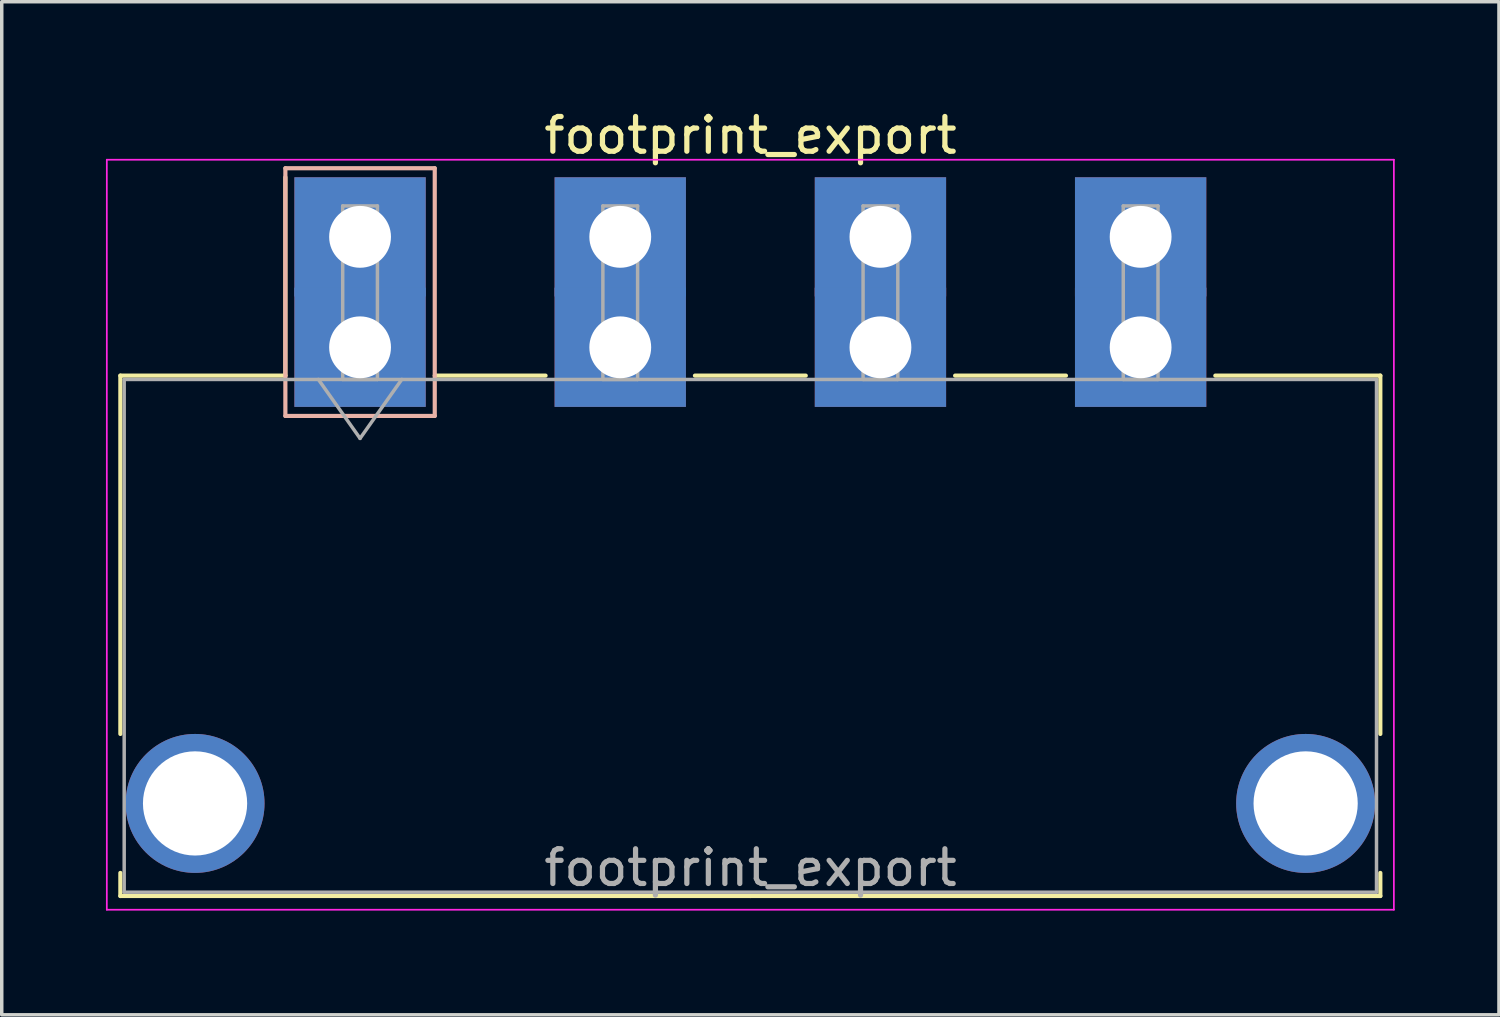
<source format=kicad_pcb>
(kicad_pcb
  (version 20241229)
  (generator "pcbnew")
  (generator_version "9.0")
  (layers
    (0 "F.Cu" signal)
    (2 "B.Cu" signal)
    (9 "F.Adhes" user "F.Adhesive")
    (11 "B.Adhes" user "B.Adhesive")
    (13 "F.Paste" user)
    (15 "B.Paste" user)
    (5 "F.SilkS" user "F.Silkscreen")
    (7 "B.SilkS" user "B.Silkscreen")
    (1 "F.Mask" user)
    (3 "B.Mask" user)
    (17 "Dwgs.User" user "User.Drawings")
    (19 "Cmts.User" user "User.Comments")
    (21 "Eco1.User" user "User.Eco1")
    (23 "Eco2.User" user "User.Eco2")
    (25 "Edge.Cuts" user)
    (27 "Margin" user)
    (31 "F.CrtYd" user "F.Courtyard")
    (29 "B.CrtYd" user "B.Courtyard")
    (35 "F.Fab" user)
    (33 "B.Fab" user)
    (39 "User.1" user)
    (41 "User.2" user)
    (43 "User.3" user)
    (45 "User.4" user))
  (footprint "footprint_export"
    (layer "F.Cu")
    (at 7.315 6.948)
    (property "Reference" "footprint_export" (at 11.24 -6.1 0) (layer "F.SilkS") (effects (font (size 1 1) (thickness 0.15))))
    (attr through_hole)
    (fp_line (start -6.9 0.815) (end -6.9 11.13) (stroke (width 0.12) (type solid)) (layer "F.SilkS"))
    (fp_line (start -6.9 15.13) (end -6.9 15.795) (stroke (width 0.12) (type solid)) (layer "F.SilkS"))
    (fp_line (start -6.9 15.795) (end 11.235 15.795) (stroke (width 0.12) (type solid)) (layer "F.SilkS"))
    (fp_line (start -2.15 0.815) (end -6.9 0.815) (stroke (width 0.12) (type solid)) (layer "F.SilkS"))
    (fp_line (start -2.15 0.815) (end -2.15 -4.895) (stroke (width 0.12) (type solid)) (layer "F.SilkS"))
    (fp_line (start 2.15 0.815) (end 5.34 0.815) (stroke (width 0.12) (type solid)) (layer "F.SilkS"))
    (fp_line (start 9.64 0.815) (end 12.83 0.815) (stroke (width 0.12) (type solid)) (layer "F.SilkS"))
    (fp_line (start 17.13 0.815) (end 20.32 0.815) (stroke (width 0.12) (type solid)) (layer "F.SilkS"))
    (fp_line (start 24.62 0.815) (end 29.37 0.815) (stroke (width 0.12) (type solid)) (layer "F.SilkS"))
    (fp_line (start 29.37 0.815) (end 29.37 11.13) (stroke (width 0.12) (type solid)) (layer "F.SilkS"))
    (fp_line (start 29.37 15.13) (end 29.37 15.795) (stroke (width 0.12) (type solid)) (layer "F.SilkS"))
    (fp_line (start 29.37 15.795) (end 11.235 15.795) (stroke (width 0.12) (type solid)) (layer "F.SilkS"))
    (fp_line (start -2.15 -5.155) (end -2.15 1.975) (stroke (width 0.12) (type solid)) (layer "B.SilkS"))
    (fp_line (start -2.15 1.975) (end 2.15 1.975) (stroke (width 0.12) (type solid)) (layer "B.SilkS"))
    (fp_line (start 2.15 -5.155) (end -2.15 -5.155) (stroke (width 0.12) (type solid)) (layer "B.SilkS"))
    (fp_line (start 2.15 1.975) (end 2.15 -5.155) (stroke (width 0.12) (type solid)) (layer "B.SilkS"))
    (fp_line (start -7.29 -5.4) (end -7.29 16.19) (stroke (width 0.05) (type solid)) (layer "F.CrtYd"))
    (fp_line (start -7.29 16.19) (end 29.76 16.19) (stroke (width 0.05) (type solid)) (layer "F.CrtYd"))
    (fp_line (start 29.76 -5.4) (end -7.29 -5.4) (stroke (width 0.05) (type solid)) (layer "F.CrtYd"))
    (fp_line (start 29.76 16.19) (end 29.76 -5.4) (stroke (width 0.05) (type solid)) (layer "F.CrtYd"))
    (fp_line (start -6.79 0.925) (end -6.79 15.685) (stroke (width 0.1) (type solid)) (layer "F.Fab"))
    (fp_line (start -6.79 15.685) (end 29.26 15.685) (stroke (width 0.1) (type solid)) (layer "F.Fab"))
    (fp_line (start -1.2 0.925) (end 0 2.622) (stroke (width 0.1) (type solid)) (layer "F.Fab"))
    (fp_line (start -0.5 -4.07) (end 0.5 -4.07) (stroke (width 0.1) (type solid)) (layer "F.Fab"))
    (fp_line (start -0.5 0.925) (end -0.5 -4.07) (stroke (width 0.1) (type solid)) (layer "F.Fab"))
    (fp_line (start 0 2.622) (end 1.2 0.925) (stroke (width 0.1) (type solid)) (layer "F.Fab"))
    (fp_line (start 0.5 -4.07) (end 0.5 0.925) (stroke (width 0.1) (type solid)) (layer "F.Fab"))
    (fp_line (start 0.5 0.925) (end -0.5 0.925) (stroke (width 0.1) (type solid)) (layer "F.Fab"))
    (fp_line (start 6.99 -4.07) (end 7.99 -4.07) (stroke (width 0.1) (type solid)) (layer "F.Fab"))
    (fp_line (start 6.99 0.925) (end 6.99 -4.07) (stroke (width 0.1) (type solid)) (layer "F.Fab"))
    (fp_line (start 7.99 -4.07) (end 7.99 0.925) (stroke (width 0.1) (type solid)) (layer "F.Fab"))
    (fp_line (start 7.99 0.925) (end 6.99 0.925) (stroke (width 0.1) (type solid)) (layer "F.Fab"))
    (fp_line (start 14.48 -4.07) (end 15.48 -4.07) (stroke (width 0.1) (type solid)) (layer "F.Fab"))
    (fp_line (start 14.48 0.925) (end 14.48 -4.07) (stroke (width 0.1) (type solid)) (layer "F.Fab"))
    (fp_line (start 15.48 -4.07) (end 15.48 0.925) (stroke (width 0.1) (type solid)) (layer "F.Fab"))
    (fp_line (start 15.48 0.925) (end 14.48 0.925) (stroke (width 0.1) (type solid)) (layer "F.Fab"))
    (fp_line (start 21.97 -4.07) (end 22.97 -4.07) (stroke (width 0.1) (type solid)) (layer "F.Fab"))
    (fp_line (start 21.97 0.925) (end 21.97 -4.07) (stroke (width 0.1) (type solid)) (layer "F.Fab"))
    (fp_line (start 22.97 -4.07) (end 22.97 0.925) (stroke (width 0.1) (type solid)) (layer "F.Fab"))
    (fp_line (start 22.97 0.925) (end 21.97 0.925) (stroke (width 0.1) (type solid)) (layer "F.Fab"))
    (fp_line (start 29.26 0.925) (end -6.79 0.925) (stroke (width 0.1) (type solid)) (layer "F.Fab"))
    (fp_line (start 29.26 15.685) (end 29.26 0.925) (stroke (width 0.1) (type solid)) (layer "F.Fab"))
    (fp_text user "${REFERENCE}" (at 11.24 14.98 0) (layer "F.Fab") (effects (font (size 1 1) (thickness 0.15))))
    (pad "" thru_hole circle (at -4.75 13.13) (size 4 4) (drill 3) (layers "*.Cu" "*.Mask"))
    (pad "" thru_hole circle (at 27.22 13.13) (size 4 4) (drill 3) (layers "*.Cu" "*.Mask"))
    (pad "1" thru_hole rect (at 0 -3.18) (size 3.78 3.43) (drill 1.78) (layers "*.Cu" "*.Mask"))
    (pad "1" thru_hole rect (at 0 0) (size 3.78 3.43) (drill 1.78) (layers "*.Cu" "*.Mask"))
    (pad "2" thru_hole rect (at 7.49 -3.18) (size 3.78 3.43) (drill 1.78) (layers "*.Cu" "*.Mask"))
    (pad "2" thru_hole rect (at 7.49 0) (size 3.78 3.43) (drill 1.78) (layers "*.Cu" "*.Mask"))
    (pad "3" thru_hole rect (at 14.98 -3.18) (size 3.78 3.43) (drill 1.78) (layers "*.Cu" "*.Mask"))
    (pad "3" thru_hole rect (at 14.98 0) (size 3.78 3.43) (drill 1.78) (layers "*.Cu" "*.Mask"))
    (pad "4" thru_hole rect (at 22.47 -3.18) (size 3.78 3.43) (drill 1.78) (layers "*.Cu" "*.Mask"))
    (pad "4" thru_hole rect (at 22.47 0) (size 3.78 3.43) (drill 1.78) (layers "*.Cu" "*.Mask")))
  (gr_rect
    (start -3 -3)
    (end 40.1 26.163)
    (stroke (width 0.1) (type default))
    (fill no)
    (layer "Edge.Cuts")))
</source>
